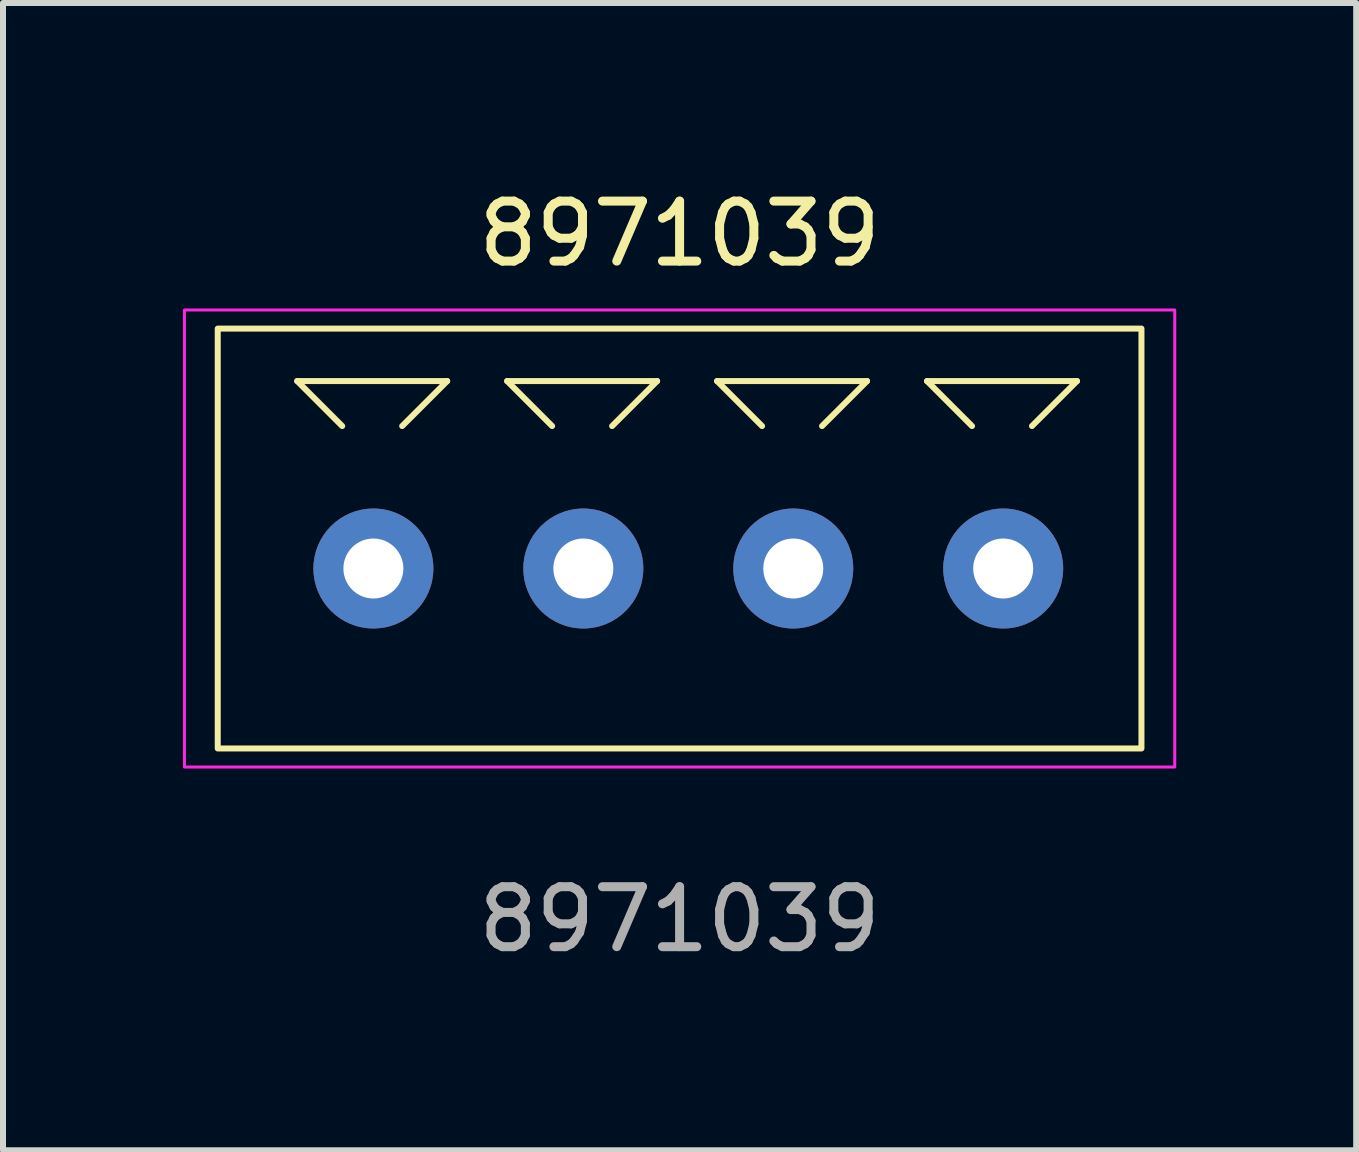
<source format=kicad_pcb>
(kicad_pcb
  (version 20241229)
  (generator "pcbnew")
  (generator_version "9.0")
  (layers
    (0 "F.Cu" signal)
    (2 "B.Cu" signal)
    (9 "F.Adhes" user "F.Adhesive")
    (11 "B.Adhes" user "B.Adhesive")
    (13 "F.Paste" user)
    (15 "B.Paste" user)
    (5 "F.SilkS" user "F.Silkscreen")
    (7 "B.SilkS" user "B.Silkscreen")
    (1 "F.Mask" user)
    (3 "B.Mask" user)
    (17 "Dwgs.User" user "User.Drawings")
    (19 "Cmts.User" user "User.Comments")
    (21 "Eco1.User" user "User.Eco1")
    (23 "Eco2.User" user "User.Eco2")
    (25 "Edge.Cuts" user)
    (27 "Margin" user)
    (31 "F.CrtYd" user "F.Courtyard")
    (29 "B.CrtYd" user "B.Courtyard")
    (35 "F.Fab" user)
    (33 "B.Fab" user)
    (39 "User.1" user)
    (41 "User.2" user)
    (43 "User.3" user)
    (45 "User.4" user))
  (footprint "8971039"
    (layer "F.Cu")
    (at 8.28 5.928)
    (property "Reference" "8971039" (at 0 -5.08 0) (unlocked yes) (layer "F.SilkS") (effects (font (size 1 1) (thickness 0.15))))
    (attr through_hole)
    (fp_line (start -6.375 -2.625) (end -3.875 -2.625) (stroke (width 0.1) (type default)) (layer "F.SilkS"))
    (fp_line (start -5.625 -1.875) (end -6.375 -2.625) (stroke (width 0.1) (type default)) (layer "F.SilkS"))
    (fp_line (start -3.875 -2.625) (end -4.625 -1.875) (stroke (width 0.1) (type default)) (layer "F.SilkS"))
    (fp_line (start -2.875 -2.625) (end -0.375 -2.625) (stroke (width 0.1) (type default)) (layer "F.SilkS"))
    (fp_line (start -2.125 -1.875) (end -2.875 -2.625) (stroke (width 0.1) (type default)) (layer "F.SilkS"))
    (fp_line (start -0.375 -2.625) (end -1.125 -1.875) (stroke (width 0.1) (type default)) (layer "F.SilkS"))
    (fp_line (start 0.625 -2.625) (end 3.125 -2.625) (stroke (width 0.1) (type default)) (layer "F.SilkS"))
    (fp_line (start 1.375 -1.875) (end 0.625 -2.625) (stroke (width 0.1) (type default)) (layer "F.SilkS"))
    (fp_line (start 3.125 -2.625) (end 2.375 -1.875) (stroke (width 0.1) (type default)) (layer "F.SilkS"))
    (fp_line (start 4.125 -2.625) (end 6.625 -2.625) (stroke (width 0.1) (type default)) (layer "F.SilkS"))
    (fp_line (start 4.875 -1.875) (end 4.125 -2.625) (stroke (width 0.1) (type default)) (layer "F.SilkS"))
    (fp_line (start 6.625 -2.625) (end 5.875 -1.875) (stroke (width 0.1) (type default)) (layer "F.SilkS"))
    (fp_rect (start -7.7 -3.5) (end 7.7 3.5) (stroke (width 0.1) (type default)) (fill no) (layer "F.SilkS"))
    (fp_rect (start -8.255 -3.81) (end 8.255 3.81) (stroke (width 0.05) (type default)) (fill no) (layer "F.CrtYd"))
    (fp_text user "${REFERENCE}" (at 0 6.35 0) (unlocked yes) (layer "F.Fab") (effects (font (size 1 1) (thickness 0.15))))
    (pad "1" thru_hole circle (at -5.105 0.5) (size 2 2) (drill 1) (layers "*.Cu" "*.Mask"))
    (pad "2" thru_hole circle (at -1.605 0.5) (size 2 2) (drill 1) (layers "*.Cu" "*.Mask"))
    (pad "3" thru_hole circle (at 1.895 0.5) (size 2 2) (drill 1) (layers "*.Cu" "*.Mask"))
    (pad "4" thru_hole circle (at 5.395 0.5) (size 2 2) (drill 1) (layers "*.Cu" "*.Mask")))
  (gr_rect
    (start -3 -3)
    (end 19.56 16.127)
    (stroke (width 0.1) (type default))
    (fill no)
    (layer "Edge.Cuts")))
</source>
